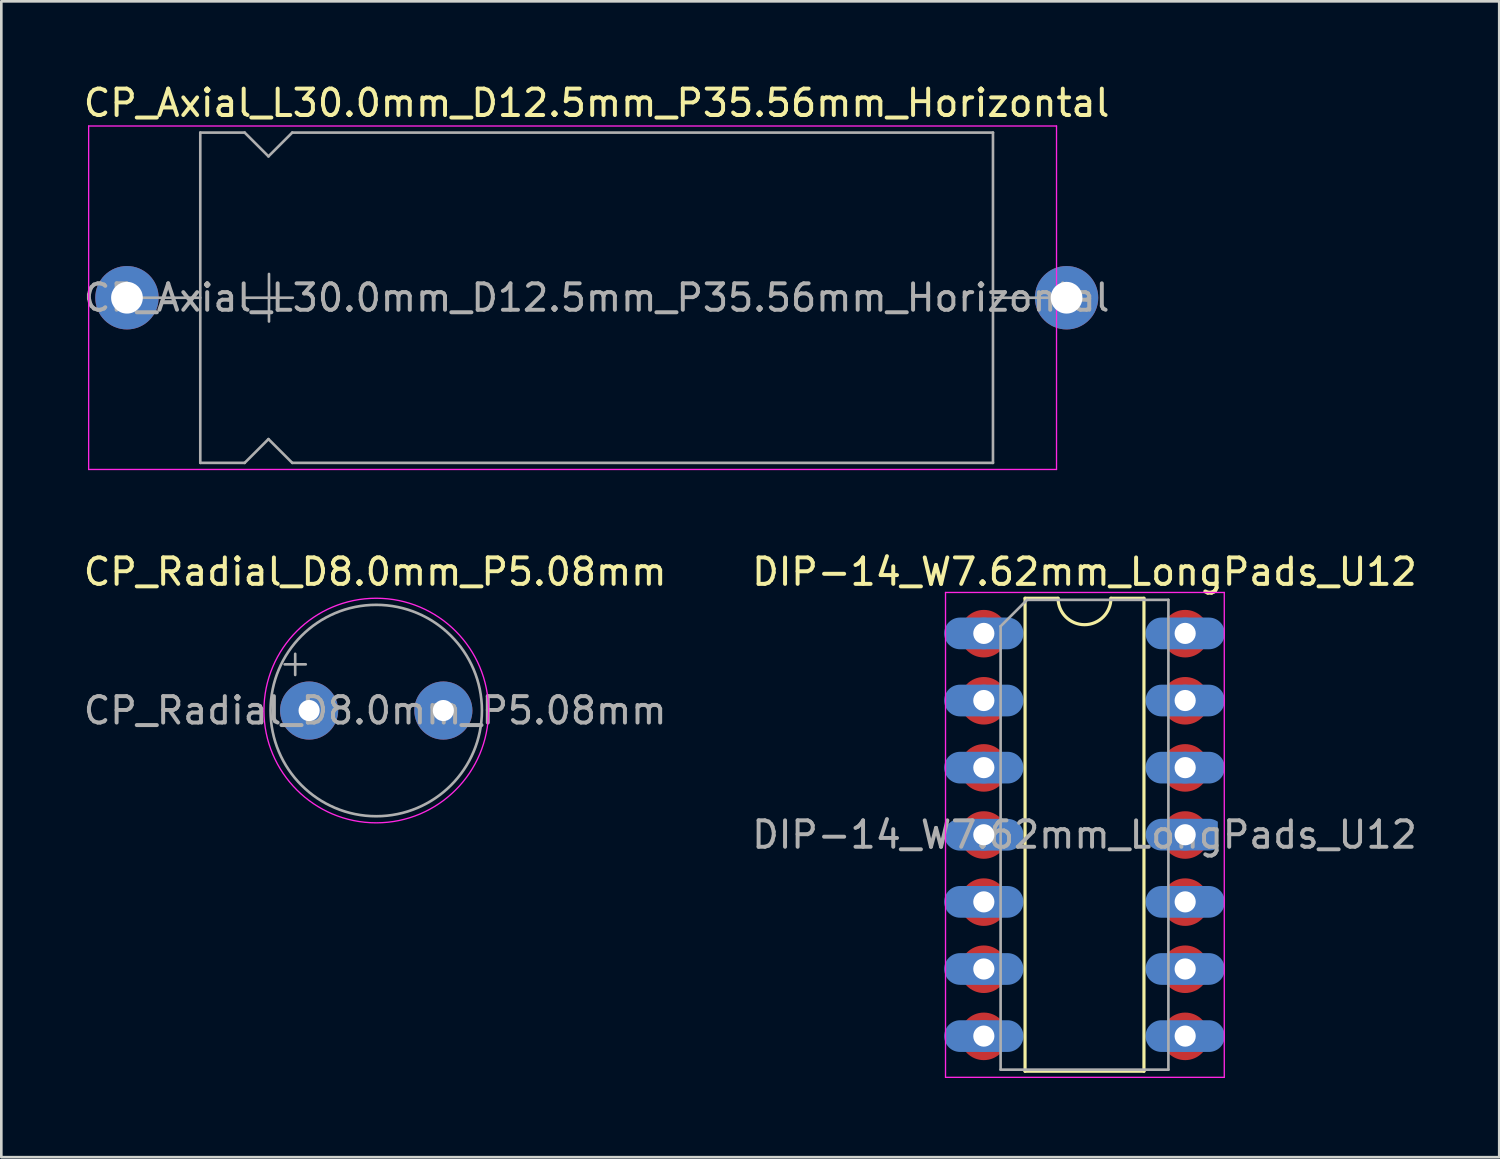
<source format=kicad_pcb>
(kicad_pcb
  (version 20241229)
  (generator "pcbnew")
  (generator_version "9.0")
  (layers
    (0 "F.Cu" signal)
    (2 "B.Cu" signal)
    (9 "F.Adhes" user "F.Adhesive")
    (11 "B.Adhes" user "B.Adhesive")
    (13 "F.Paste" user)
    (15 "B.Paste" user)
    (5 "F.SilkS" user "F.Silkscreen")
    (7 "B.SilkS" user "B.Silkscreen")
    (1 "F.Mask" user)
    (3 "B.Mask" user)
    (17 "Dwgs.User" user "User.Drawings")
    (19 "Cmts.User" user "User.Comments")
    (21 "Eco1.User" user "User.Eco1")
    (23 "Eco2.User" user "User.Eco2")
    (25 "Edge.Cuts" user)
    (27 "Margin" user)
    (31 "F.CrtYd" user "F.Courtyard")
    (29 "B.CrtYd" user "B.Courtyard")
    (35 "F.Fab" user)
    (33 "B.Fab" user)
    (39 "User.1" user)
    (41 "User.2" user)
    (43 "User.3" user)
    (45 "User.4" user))
  (footprint "DIP-14_W7.62mm_LongPads_U12"
    (layer "F.Cu")
    (at 34.184 20.922)
    (property "Reference" "DIP-14_W7.62mm_LongPads_U12" (at 3.81 -2.33 0) (layer "F.SilkS") (effects (font (size 1 1) (thickness 0.15))))
    (attr through_hole)
    (fp_line (start 1.56 -1.33) (end 1.56 16.57) (stroke (width 0.12) (type solid)) (layer "F.SilkS"))
    (fp_line (start 1.56 16.57) (end 6.06 16.57) (stroke (width 0.12) (type solid)) (layer "F.SilkS"))
    (fp_line (start 2.81 -1.33) (end 1.56 -1.33) (stroke (width 0.12) (type solid)) (layer "F.SilkS"))
    (fp_line (start 6.06 -1.33) (end 4.81 -1.33) (stroke (width 0.12) (type solid)) (layer "F.SilkS"))
    (fp_line (start 6.06 16.57) (end 6.06 -1.33) (stroke (width 0.12) (type solid)) (layer "F.SilkS"))
    (fp_arc (start 4.81 -1.33) (mid 3.81 -0.33) (end 2.81 -1.33) (stroke (width 0.12) (type solid)) (layer "F.SilkS"))
    (fp_line (start -1.45 -1.55) (end -1.45 16.8) (stroke (width 0.05) (type solid)) (layer "F.CrtYd"))
    (fp_line (start -1.45 16.8) (end 9.1 16.8) (stroke (width 0.05) (type solid)) (layer "F.CrtYd"))
    (fp_line (start 9.1 -1.55) (end -1.45 -1.55) (stroke (width 0.05) (type solid)) (layer "F.CrtYd"))
    (fp_line (start 9.1 16.8) (end 9.1 -1.55) (stroke (width 0.05) (type solid)) (layer "F.CrtYd"))
    (fp_line (start 0.635 -0.27) (end 1.635 -1.27) (stroke (width 0.1) (type solid)) (layer "F.Fab"))
    (fp_line (start 0.635 16.51) (end 0.635 -0.27) (stroke (width 0.1) (type solid)) (layer "F.Fab"))
    (fp_line (start 1.635 -1.27) (end 6.985 -1.27) (stroke (width 0.1) (type solid)) (layer "F.Fab"))
    (fp_line (start 6.985 -1.27) (end 6.985 16.51) (stroke (width 0.1) (type solid)) (layer "F.Fab"))
    (fp_line (start 6.985 16.51) (end 0.635 16.51) (stroke (width 0.1) (type solid)) (layer "F.Fab"))
    (fp_text user "${REFERENCE}" (at 3.81 7.62 0) (layer "F.Fab") (effects (font (size 1 1) (thickness 0.15))))
    (pad "1" thru_hole circle (at 0 0) (size 1.2 1.2) (drill 0.8) (layers "*.Cu" "*.Mask"))
    (pad "1" smd oval (at 0 0) (size 3 1.2) (layers "B.Cu" "B.Mask"))
    (pad "1" smd circle (at 0 0.01) (size 1.8 1.8) (layers "F.Cu" "F.Mask"))
    (pad "2" thru_hole circle (at 0 2.54) (size 1.2 1.2) (drill 0.8) (layers "*.Cu" "*.Mask"))
    (pad "2" smd oval (at 0 2.54) (size 3 1.2) (layers "B.Cu" "B.Mask"))
    (pad "2" smd circle (at 0 2.55) (size 1.8 1.8) (layers "F.Cu" "F.Mask"))
    (pad "3" thru_hole circle (at 0 5.08) (size 1.2 1.2) (drill 0.8) (layers "*.Cu" "*.Mask"))
    (pad "3" smd oval (at 0 5.08) (size 3 1.2) (layers "B.Cu" "B.Mask"))
    (pad "3" smd circle (at 0 5.09) (size 1.8 1.8) (layers "F.Cu" "F.Mask"))
    (pad "4" thru_hole circle (at 0 7.62) (size 1.2 1.2) (drill 0.8) (layers "*.Cu" "*.Mask"))
    (pad "4" smd oval (at 0 7.62) (size 3 1.2) (layers "B.Cu" "B.Mask"))
    (pad "4" smd circle (at 0 7.63) (size 1.8 1.8) (layers "F.Cu" "F.Mask"))
    (pad "5" thru_hole circle (at 0 10.16) (size 1.2 1.2) (drill 0.8) (layers "*.Cu" "*.Mask"))
    (pad "5" smd oval (at 0 10.16) (size 3 1.2) (layers "B.Cu" "B.Mask"))
    (pad "5" smd circle (at 0 10.17) (size 1.8 1.8) (layers "F.Cu" "F.Mask"))
    (pad "6" thru_hole circle (at 0 12.7) (size 1.2 1.2) (drill 0.8) (layers "*.Cu" "*.Mask"))
    (pad "6" smd oval (at 0 12.7) (size 3 1.2) (layers "B.Cu" "B.Mask"))
    (pad "6" smd circle (at 0 12.71) (size 1.8 1.8) (layers "F.Cu" "F.Mask"))
    (pad "7" thru_hole circle (at 0 15.24) (size 1.2 1.2) (drill 0.8) (layers "*.Cu" "*.Mask"))
    (pad "7" smd oval (at 0 15.24) (size 3 1.2) (layers "B.Cu" "B.Mask"))
    (pad "7" smd circle (at 0 15.25) (size 1.8 1.8) (layers "F.Cu" "F.Mask"))
    (pad "8" thru_hole circle (at 7.62 15.24) (size 1.2 1.2) (drill 0.8) (layers "*.Cu" "*.Mask"))
    (pad "8" smd oval (at 7.62 15.24) (size 3 1.2) (layers "B.Cu" "B.Mask"))
    (pad "8" smd circle (at 7.62 15.25) (size 1.8 1.8) (layers "F.Cu" "F.Mask"))
    (pad "9" thru_hole circle (at 7.62 12.7) (size 1.2 1.2) (drill 0.8) (layers "*.Cu" "*.Mask"))
    (pad "9" smd oval (at 7.62 12.7) (size 3 1.2) (layers "B.Cu" "B.Mask"))
    (pad "9" smd circle (at 7.62 12.71) (size 1.8 1.8) (layers "F.Cu" "F.Mask"))
    (pad "10" thru_hole circle (at 7.62 10.16) (size 1.2 1.2) (drill 0.8) (layers "*.Cu" "*.Mask"))
    (pad "10" smd oval (at 7.62 10.16) (size 3 1.2) (layers "B.Cu" "B.Mask"))
    (pad "10" smd circle (at 7.62 10.17) (size 1.8 1.8) (layers "F.Cu" "F.Mask"))
    (pad "11" thru_hole circle (at 7.62 7.62) (size 1.2 1.2) (drill 0.8) (layers "*.Cu" "*.Mask"))
    (pad "11" smd custom (at 7.62 7.62 180) (size 1.2 1.2) (layers "B.Cu" "B.Mask") (options (anchor circle)) (primitives (gr_poly (pts (xy -1.23 -0.5) (xy -1.213 -0.512) (xy -1.184 -0.528) (xy -1.167 -0.537) (xy -1.146 -0.546) (xy -1.124 -0.555) (xy -1.099 -0.564) (xy -1.072 -0.572) (xy -1.043 -0.58) (xy -1.011 -0.586) (xy -0.978 -0.591) (xy -0.943 -0.594) (xy -0.906 -0.595) (xy 0.895 -0.595) (xy 0.927 -0.594) (xy 0.958 -0.592) (xy 0.989 -0.588) (xy 1.019 -0.583) (xy 1.049 -0.576) (xy 1.078 -0.567) (xy 1.106 -0.557) (xy 1.134 -0.546) (xy 1.16 -0.534) (xy 1.186 -0.52) (xy 1.211 -0.505) (xy 1.236 -0.489) (xy 1.259 -0.472) (xy 1.282 -0.454) (xy 1.303 -0.435) (xy 1.324 -0.415) (xy 1.343 -0.394) (xy 1.362 -0.372) (xy 1.379 -0.349) (xy 1.395 -0.325) (xy 1.411 -0.301) (xy 1.425 -0.276) (xy 1.437 -0.25) (xy 1.449 -0.224) (xy 1.459 -0.197) (xy 1.468 -0.169) (xy 1.476 -0.141) (xy 1.483 -0.113) (xy 1.488 -0.084) (xy 1.491 -0.055) (xy 1.494 -0.026) (xy 1.494 0.004) (xy 1.494 0.036) (xy 1.491 0.066) (xy 1.487 0.097) (xy 1.482 0.127) (xy 1.475 0.156) (xy 1.467 0.185) (xy 1.457 0.213) (xy 1.446 0.24) (xy 1.434 0.267) (xy 1.421 0.293) (xy 1.406 0.318) (xy 1.39 0.342) (xy 1.373 0.365) (xy 1.355 0.388) (xy 1.336 0.41) (xy 1.316 0.43) (xy 1.295 0.45) (xy 1.273 0.469) (xy 1.251 0.486) (xy 1.227 0.503) (xy 1.203 0.518) (xy 1.178 0.532) (xy 1.152 0.546) (xy 1.125 0.557) (xy 1.098 0.568) (xy 1.071 0.577) (xy 1.043 0.585) (xy 1.014 0.592) (xy 0.985 0.597) (xy 0.955 0.601) (xy 0.925 0.603) (xy 0.895 0.604) (xy -0.906 0.604) (xy -0.923 0.603) (xy -0.94 0.602) (xy -0.957 0.601) (xy -0.973 0.599) (xy -0.989 0.596) (xy -1.005 0.593) (xy -1.02 0.59) (xy -1.035 0.586) (xy -1.05 0.582) (xy -1.064 0.578) (xy -1.078 0.573) (xy -1.091 0.568) (xy -1.104 0.563) (xy -1.117 0.558) (xy -1.14 0.548) (xy -1.161 0.537) (xy -1.18 0.527) (xy -1.197 0.517) (xy -1.21 0.509) (xy -1.23 0.496) (xy -1.236 0.491) (xy -1.236 -0.495)) (width 0) (fill yes))))
    (pad "11" smd circle (at 7.62 7.63) (size 1.8 1.8) (layers "F.Cu" "F.Mask"))
    (pad "12" thru_hole circle (at 7.62 5.08) (size 1.2 1.2) (drill 0.8) (layers "*.Cu" "*.Mask"))
    (pad "12" smd oval (at 7.62 5.08) (size 3 1.2) (layers "B.Cu" "B.Mask"))
    (pad "12" smd circle (at 7.62 5.09) (size 1.8 1.8) (layers "F.Cu" "F.Mask"))
    (pad "13" thru_hole circle (at 7.62 2.54) (size 1.2 1.2) (drill 0.8) (layers "*.Cu" "*.Mask"))
    (pad "13" smd oval (at 7.62 2.54) (size 3 1.2) (layers "B.Cu" "B.Mask"))
    (pad "13" smd circle (at 7.62 2.55) (size 1.8 1.8) (layers "F.Cu" "F.Mask"))
    (pad "14" thru_hole circle (at 7.62 0) (size 1.2 1.2) (drill 0.8) (layers "*.Cu" "*.Mask"))
    (pad "14" smd oval (at 7.62 0) (size 3 1.2) (layers "B.Cu" "B.Mask"))
    (pad "14" smd circle (at 7.62 0.01) (size 1.8 1.8) (layers "F.Cu" "F.Mask")))
  (footprint "CP_Radial_D8.0mm_P5.08mm"
    (layer "F.Cu")
    (at 8.649 23.841)
    (property "Reference" "CP_Radial_D8.0mm_P5.08mm" (at 2.5 -5.25 0) (layer "F.SilkS") (effects (font (size 1 1) (thickness 0.15))))
    (attr through_hole)
    (fp_circle (center 2.54 0) (end 6.79 0) (stroke (width 0.05) (type solid)) (fill no) (layer "F.CrtYd"))
    (fp_line (start -0.927 -1.748) (end -0.127 -1.748) (stroke (width 0.1) (type solid)) (layer "F.Fab"))
    (fp_line (start -0.527 -2.147) (end -0.527 -1.347) (stroke (width 0.1) (type solid)) (layer "F.Fab"))
    (fp_circle (center 2.54 0) (end 6.54 0) (stroke (width 0.1) (type solid)) (fill no) (layer "F.Fab"))
    (fp_text user "${REFERENCE}" (at 2.5 0 0) (layer "F.Fab") (effects (font (size 1 1) (thickness 0.15))))
    (pad "1" thru_hole circle (at 0 0) (size 2.2 2.2) (drill 0.8) (layers "*.Cu" "*.Mask"))
    (pad "2" thru_hole circle (at 5.08 0) (size 2.2 2.2) (drill 0.8) (layers "*.Cu" "*.Mask")))
  (footprint "CP_Axial_L30.0mm_D12.5mm_P35.56mm_Horizontal"
    (layer "F.Cu")
    (at 1.755 8.218)
    (property "Reference" "CP_Axial_L30.0mm_D12.5mm_P35.56mm_Horizontal" (at 17.775 -7.37 0) (layer "F.SilkS") (effects (font (size 1 1) (thickness 0.15))))
    (attr through_hole)
    (fp_line (start -1.45 -6.5) (end -1.45 6.5) (stroke (width 0.05) (type solid)) (layer "F.CrtYd"))
    (fp_line (start -1.45 6.5) (end 35.18 6.5) (stroke (width 0.05) (type solid)) (layer "F.CrtYd"))
    (fp_line (start 35.18 -6.5) (end -1.45 -6.5) (stroke (width 0.05) (type solid)) (layer "F.CrtYd"))
    (fp_line (start 35.18 6.5) (end 35.18 -6.5) (stroke (width 0.05) (type solid)) (layer "F.CrtYd"))
    (fp_line (start 0 0) (end 2.775 0) (stroke (width 0.1) (type solid)) (layer "F.Fab"))
    (fp_line (start 2.775 -6.25) (end 2.775 6.25) (stroke (width 0.1) (type solid)) (layer "F.Fab"))
    (fp_line (start 2.775 -6.25) (end 4.455 -6.25) (stroke (width 0.1) (type solid)) (layer "F.Fab"))
    (fp_line (start 2.775 6.25) (end 4.455 6.25) (stroke (width 0.1) (type solid)) (layer "F.Fab"))
    (fp_line (start 4.455 -6.25) (end 5.355 -5.35) (stroke (width 0.1) (type solid)) (layer "F.Fab"))
    (fp_line (start 4.455 6.25) (end 5.355 5.35) (stroke (width 0.1) (type solid)) (layer "F.Fab"))
    (fp_line (start 4.475 0) (end 6.275 0) (stroke (width 0.1) (type solid)) (layer "F.Fab"))
    (fp_line (start 5.355 -5.35) (end 6.255 -6.25) (stroke (width 0.1) (type solid)) (layer "F.Fab"))
    (fp_line (start 5.355 5.35) (end 6.255 6.25) (stroke (width 0.1) (type solid)) (layer "F.Fab"))
    (fp_line (start 5.375 -0.9) (end 5.375 0.9) (stroke (width 0.1) (type solid)) (layer "F.Fab"))
    (fp_line (start 6.255 -6.25) (end 32.775 -6.25) (stroke (width 0.1) (type solid)) (layer "F.Fab"))
    (fp_line (start 6.255 6.25) (end 32.775 6.25) (stroke (width 0.1) (type solid)) (layer "F.Fab"))
    (fp_line (start 32.775 -6.25) (end 32.775 6.25) (stroke (width 0.1) (type solid)) (layer "F.Fab"))
    (fp_line (start 35.56 0) (end 32.775 0) (stroke (width 0.1) (type solid)) (layer "F.Fab"))
    (fp_text user "${REFERENCE}" (at 17.775 0 0) (layer "F.Fab") (effects (font (size 1 1) (thickness 0.15))))
    (pad "1" thru_hole oval (at 0 0) (size 2.4 2.4) (drill 1.2) (layers "*.Cu" "*.Mask"))
    (pad "2" thru_hole oval (at 35.56 0) (size 2.4 2.4) (drill 1.2) (layers "*.Cu" "*.Mask")))
  (gr_rect
    (start -3 -3)
    (end 53.69 40.746)
    (stroke (width 0.1) (type default))
    (fill no)
    (layer "Edge.Cuts")))
</source>
